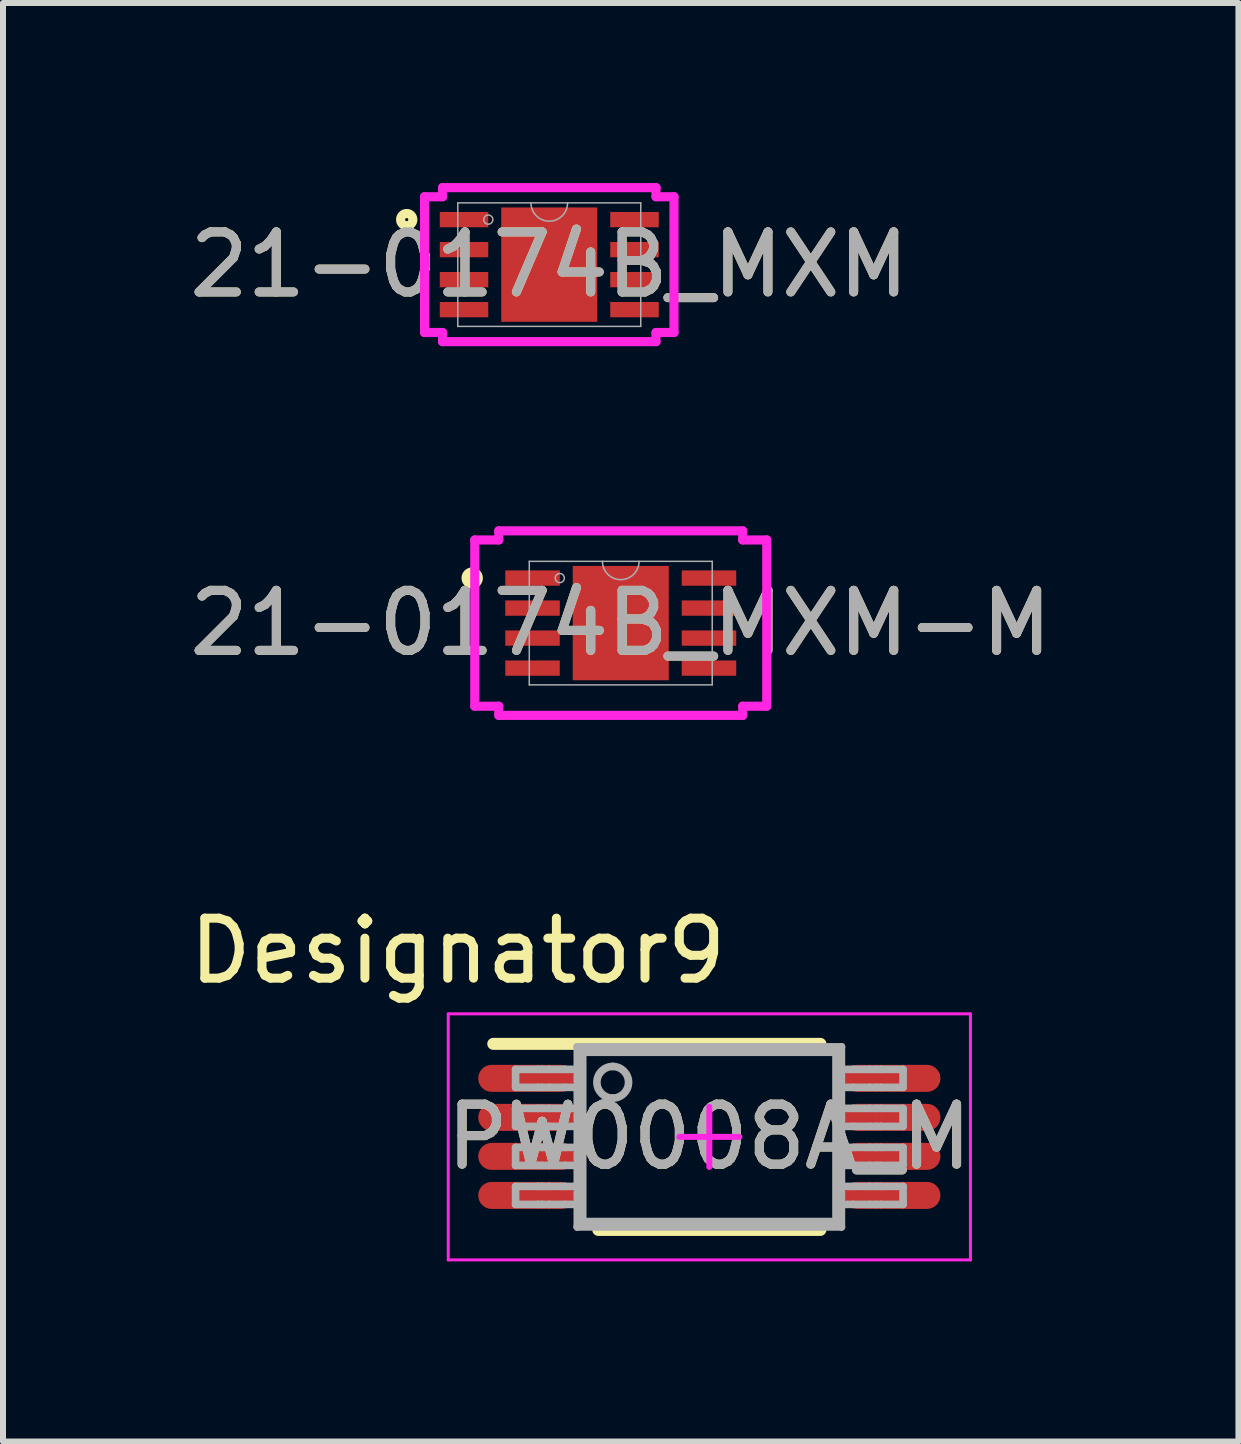
<source format=kicad_pcb>
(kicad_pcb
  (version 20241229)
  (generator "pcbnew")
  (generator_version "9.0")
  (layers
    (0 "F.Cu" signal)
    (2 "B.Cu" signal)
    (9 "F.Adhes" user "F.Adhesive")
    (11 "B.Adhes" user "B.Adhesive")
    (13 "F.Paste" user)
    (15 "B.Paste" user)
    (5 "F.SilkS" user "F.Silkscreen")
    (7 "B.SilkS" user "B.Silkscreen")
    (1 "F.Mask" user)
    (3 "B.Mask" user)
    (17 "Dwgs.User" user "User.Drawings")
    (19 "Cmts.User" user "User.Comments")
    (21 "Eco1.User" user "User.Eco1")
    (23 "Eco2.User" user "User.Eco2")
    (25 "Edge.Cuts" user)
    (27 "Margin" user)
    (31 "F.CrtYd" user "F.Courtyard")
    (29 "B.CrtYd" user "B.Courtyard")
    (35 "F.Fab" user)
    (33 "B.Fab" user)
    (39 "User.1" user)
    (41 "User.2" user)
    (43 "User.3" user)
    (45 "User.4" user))
  (footprint "21-0174B_MXM-M"
    (layer "F.Cu")
    (at 7.292 7.331)
    (property "Reference" "21-0174B_MXM-M" (at 0 0 0) (unlocked yes) (layer "F.SilkS") (effects (font (size 1 1) (thickness 0.15))))
    (attr smd)
    (fp_circle (center -2.475 -0.75) (end -2.373 -0.75) (stroke (width 0.152) (type solid)) (fill no) (layer "F.SilkS"))
    (fp_line (start -2.432 -1.385) (end -2.032 -1.385) (stroke (width 0.152) (type solid)) (layer "F.CrtYd"))
    (fp_line (start -2.432 1.385) (end -2.432 -1.385) (stroke (width 0.152) (type solid)) (layer "F.CrtYd"))
    (fp_line (start -2.432 1.385) (end -2.032 1.385) (stroke (width 0.152) (type solid)) (layer "F.CrtYd"))
    (fp_line (start -2.032 -1.537) (end 2.032 -1.537) (stroke (width 0.152) (type solid)) (layer "F.CrtYd"))
    (fp_line (start -2.032 -1.385) (end -2.032 -1.537) (stroke (width 0.152) (type solid)) (layer "F.CrtYd"))
    (fp_line (start -2.032 1.537) (end -2.032 1.385) (stroke (width 0.152) (type solid)) (layer "F.CrtYd"))
    (fp_line (start 2.032 -1.537) (end 2.032 -1.385) (stroke (width 0.152) (type solid)) (layer "F.CrtYd"))
    (fp_line (start 2.032 1.385) (end 2.032 1.537) (stroke (width 0.152) (type solid)) (layer "F.CrtYd"))
    (fp_line (start 2.032 1.537) (end -2.032 1.537) (stroke (width 0.152) (type solid)) (layer "F.CrtYd"))
    (fp_line (start 2.432 -1.385) (end 2.032 -1.385) (stroke (width 0.152) (type solid)) (layer "F.CrtYd"))
    (fp_line (start 2.432 -1.385) (end 2.432 1.385) (stroke (width 0.152) (type solid)) (layer "F.CrtYd"))
    (fp_line (start 2.432 1.385) (end 2.032 1.385) (stroke (width 0.152) (type solid)) (layer "F.CrtYd"))
    (fp_line (start -1.524 -1.029) (end -1.524 1.029) (stroke (width 0.025) (type solid)) (layer "F.Fab"))
    (fp_line (start -1.524 1.029) (end 1.524 1.029) (stroke (width 0.025) (type solid)) (layer "F.Fab"))
    (fp_line (start 1.524 -1.029) (end -1.524 -1.029) (stroke (width 0.025) (type solid)) (layer "F.Fab"))
    (fp_line (start 1.524 1.029) (end 1.524 -1.029) (stroke (width 0.025) (type solid)) (layer "F.Fab"))
    (fp_arc (start 0.3048 -1.0287) (mid 0 -0.7239) (end -0.3048 -1.0287) (stroke (width 0.0254) (type solid)) (layer "F.Fab"))
    (fp_circle (center -1.016 -0.75) (end -0.94 -0.75) (stroke (width 0.025) (type solid)) (fill no) (layer "F.Fab"))
    (fp_text user "${REFERENCE}" (at 0 0 0) (unlocked yes) (layer "F.Fab") (effects (font (size 1 1) (thickness 0.15))))
    (pad "1" smd rect (at -1.47 -0.75) (size 0.908 0.255) (layers "F.Cu" "F.Mask" "F.Paste"))
    (pad "2" smd rect (at -1.47 -0.25) (size 0.908 0.255) (layers "F.Cu" "F.Mask" "F.Paste"))
    (pad "3" smd rect (at -1.47 0.25) (size 0.908 0.255) (layers "F.Cu" "F.Mask" "F.Paste"))
    (pad "4" smd rect (at -1.47 0.75) (size 0.908 0.255) (layers "F.Cu" "F.Mask" "F.Paste"))
    (pad "5" smd rect (at 1.47 0.75) (size 0.908 0.255) (layers "F.Cu" "F.Mask" "F.Paste"))
    (pad "6" smd rect (at 1.47 0.25) (size 0.908 0.255) (layers "F.Cu" "F.Mask" "F.Paste"))
    (pad "7" smd rect (at 1.47 -0.25) (size 0.908 0.255) (layers "F.Cu" "F.Mask" "F.Paste"))
    (pad "8" smd rect (at 1.47 -0.75) (size 0.908 0.255) (layers "F.Cu" "F.Mask" "F.Paste"))
    (pad "9" smd rect (at 0 0) (size 1.6 1.905) (layers "F.Cu" "F.Mask" "F.Paste")))
  (footprint "21-0174B_MXM"
    (layer "F.Cu")
    (at 6.101 1.359)
    (property "Reference" "21-0174B_MXM" (at 0 0 0) (unlocked yes) (layer "F.SilkS") (effects (font (size 1 1) (thickness 0.15))))
    (attr smd)
    (fp_circle (center -2.375 -0.75) (end -2.273 -0.75) (stroke (width 0.152) (type solid)) (fill no) (layer "F.SilkS"))
    (fp_line (start -2.078 -1.131) (end -1.778 -1.131) (stroke (width 0.152) (type solid)) (layer "F.CrtYd"))
    (fp_line (start -2.078 1.131) (end -2.078 -1.131) (stroke (width 0.152) (type solid)) (layer "F.CrtYd"))
    (fp_line (start -2.078 1.131) (end -1.778 1.131) (stroke (width 0.152) (type solid)) (layer "F.CrtYd"))
    (fp_line (start -1.778 -1.283) (end 1.778 -1.283) (stroke (width 0.152) (type solid)) (layer "F.CrtYd"))
    (fp_line (start -1.778 -1.131) (end -1.778 -1.283) (stroke (width 0.152) (type solid)) (layer "F.CrtYd"))
    (fp_line (start -1.778 1.283) (end -1.778 1.131) (stroke (width 0.152) (type solid)) (layer "F.CrtYd"))
    (fp_line (start 1.778 -1.283) (end 1.778 -1.131) (stroke (width 0.152) (type solid)) (layer "F.CrtYd"))
    (fp_line (start 1.778 1.131) (end 1.778 1.283) (stroke (width 0.152) (type solid)) (layer "F.CrtYd"))
    (fp_line (start 1.778 1.283) (end -1.778 1.283) (stroke (width 0.152) (type solid)) (layer "F.CrtYd"))
    (fp_line (start 2.078 -1.131) (end 1.778 -1.131) (stroke (width 0.152) (type solid)) (layer "F.CrtYd"))
    (fp_line (start 2.078 -1.131) (end 2.078 1.131) (stroke (width 0.152) (type solid)) (layer "F.CrtYd"))
    (fp_line (start 2.078 1.131) (end 1.778 1.131) (stroke (width 0.152) (type solid)) (layer "F.CrtYd"))
    (fp_line (start -1.524 -1.029) (end -1.524 1.029) (stroke (width 0.025) (type solid)) (layer "F.Fab"))
    (fp_line (start -1.524 1.029) (end 1.524 1.029) (stroke (width 0.025) (type solid)) (layer "F.Fab"))
    (fp_line (start 1.524 -1.029) (end -1.524 -1.029) (stroke (width 0.025) (type solid)) (layer "F.Fab"))
    (fp_line (start 1.524 1.029) (end 1.524 -1.029) (stroke (width 0.025) (type solid)) (layer "F.Fab"))
    (fp_arc (start 0.3048 -1.0287) (mid 0 -0.7239) (end -0.3048 -1.0287) (stroke (width 0.0254) (type solid)) (layer "F.Fab"))
    (fp_circle (center -1.016 -0.75) (end -0.94 -0.75) (stroke (width 0.025) (type solid)) (fill no) (layer "F.Fab"))
    (fp_text user "${REFERENCE}" (at 0 0 0) (unlocked yes) (layer "F.Fab") (effects (font (size 1 1) (thickness 0.15))))
    (pad "1" smd rect (at -1.42 -0.75) (size 0.808 0.255) (layers "F.Cu" "F.Mask" "F.Paste"))
    (pad "2" smd rect (at -1.42 -0.25) (size 0.808 0.255) (layers "F.Cu" "F.Mask" "F.Paste"))
    (pad "3" smd rect (at -1.42 0.25) (size 0.808 0.255) (layers "F.Cu" "F.Mask" "F.Paste"))
    (pad "4" smd rect (at -1.42 0.75) (size 0.808 0.255) (layers "F.Cu" "F.Mask" "F.Paste"))
    (pad "5" smd rect (at 1.42 0.75) (size 0.808 0.255) (layers "F.Cu" "F.Mask" "F.Paste"))
    (pad "6" smd rect (at 1.42 0.25) (size 0.808 0.255) (layers "F.Cu" "F.Mask" "F.Paste"))
    (pad "7" smd rect (at 1.42 -0.25) (size 0.808 0.255) (layers "F.Cu" "F.Mask" "F.Paste"))
    (pad "8" smd rect (at 1.42 -0.75) (size 0.808 0.255) (layers "F.Cu" "F.Mask" "F.Paste"))
    (pad "9" smd rect (at 0 0) (size 1.6 1.905) (layers "F.Cu" "F.Mask" "F.Paste")))
  (footprint "PW0008A_M"
    (layer "F.Cu")
    (at 8.768 15.891)
    (property "Reference" "PW0008A_M" (at 0 0 0) (unlocked yes) (layer "F.SilkS") (effects (font (size 1 1) (thickness 0.15))))
    (attr smd)
    (fp_line (start -3.6 -1.55) (end 1.85 -1.55) (stroke (width 0.2) (type solid)) (layer "F.SilkS"))
    (fp_line (start -1.85 1.55) (end 1.85 1.55) (stroke (width 0.2) (type solid)) (layer "F.SilkS"))
    (fp_line (start -4.35 -2.05) (end 4.35 -2.05) (stroke (width 0.05) (type solid)) (layer "F.CrtYd"))
    (fp_line (start -4.35 2.05) (end -4.35 -2.05) (stroke (width 0.05) (type solid)) (layer "F.CrtYd"))
    (fp_line (start -4.35 2.05) (end 4.35 2.05) (stroke (width 0.05) (type solid)) (layer "F.CrtYd"))
    (fp_line (start -0.5 0) (end 0.5 0) (stroke (width 0.1) (type solid)) (layer "F.CrtYd"))
    (fp_line (start -0.000003 0.5) (end -0.000003 -0.5) (stroke (width 0.1) (type solid)) (layer "F.CrtYd"))
    (fp_line (start 4.35 2.05) (end 4.35 -2.05) (stroke (width 0.05) (type solid)) (layer "F.CrtYd"))
    (fp_line (start -3.228 -1.125) (end -2.856 -1.125) (stroke (width 0.127) (type solid)) (layer "F.Fab"))
    (fp_line (start -3.228 -0.825) (end -3.228 -1.125) (stroke (width 0.127) (type solid)) (layer "F.Fab"))
    (fp_line (start -3.228 -0.825) (end -2.856 -0.825) (stroke (width 0.127) (type solid)) (layer "F.Fab"))
    (fp_line (start -3.228 -0.475) (end -2.856 -0.475) (stroke (width 0.127) (type solid)) (layer "F.Fab"))
    (fp_line (start -3.228 -0.175) (end -3.228 -0.475) (stroke (width 0.127) (type solid)) (layer "F.Fab"))
    (fp_line (start -3.228 -0.175) (end -2.856 -0.175) (stroke (width 0.127) (type solid)) (layer "F.Fab"))
    (fp_line (start -3.228 0.175) (end -2.856 0.175) (stroke (width 0.127) (type solid)) (layer "F.Fab"))
    (fp_line (start -3.228 0.475) (end -3.228 0.175) (stroke (width 0.127) (type solid)) (layer "F.Fab"))
    (fp_line (start -3.228 0.475) (end -2.856 0.475) (stroke (width 0.127) (type solid)) (layer "F.Fab"))
    (fp_line (start -3.228 0.825) (end -2.856 0.825) (stroke (width 0.127) (type solid)) (layer "F.Fab"))
    (fp_line (start -3.228 1.125) (end -3.228 0.825) (stroke (width 0.127) (type solid)) (layer "F.Fab"))
    (fp_line (start -3.228 1.125) (end -2.856 1.125) (stroke (width 0.127) (type solid)) (layer "F.Fab"))
    (fp_line (start -2.856 -1.125) (end -2.785 -1.125) (stroke (width 0.127) (type solid)) (layer "F.Fab"))
    (fp_line (start -2.856 -0.825) (end -2.785 -0.825) (stroke (width 0.127) (type solid)) (layer "F.Fab"))
    (fp_line (start -2.856 -0.475) (end -2.785 -0.475) (stroke (width 0.127) (type solid)) (layer "F.Fab"))
    (fp_line (start -2.856 -0.175) (end -2.785 -0.175) (stroke (width 0.127) (type solid)) (layer "F.Fab"))
    (fp_line (start -2.856 0.175) (end -2.785 0.175) (stroke (width 0.127) (type solid)) (layer "F.Fab"))
    (fp_line (start -2.856 0.475) (end -2.785 0.475) (stroke (width 0.127) (type solid)) (layer "F.Fab"))
    (fp_line (start -2.856 0.825) (end -2.785 0.825) (stroke (width 0.127) (type solid)) (layer "F.Fab"))
    (fp_line (start -2.856 1.125) (end -2.785 1.125) (stroke (width 0.127) (type solid)) (layer "F.Fab"))
    (fp_line (start -2.785 -1.125) (end -2.669 -1.125) (stroke (width 0.127) (type solid)) (layer "F.Fab"))
    (fp_line (start -2.785 -0.825) (end -2.669 -0.825) (stroke (width 0.127) (type solid)) (layer "F.Fab"))
    (fp_line (start -2.785 -0.475) (end -2.669 -0.475) (stroke (width 0.127) (type solid)) (layer "F.Fab"))
    (fp_line (start -2.785 -0.175) (end -2.669 -0.175) (stroke (width 0.127) (type solid)) (layer "F.Fab"))
    (fp_line (start -2.785 0.175) (end -2.669 0.175) (stroke (width 0.127) (type solid)) (layer "F.Fab"))
    (fp_line (start -2.785 0.475) (end -2.669 0.475) (stroke (width 0.127) (type solid)) (layer "F.Fab"))
    (fp_line (start -2.785 0.825) (end -2.669 0.825) (stroke (width 0.127) (type solid)) (layer "F.Fab"))
    (fp_line (start -2.785 1.125) (end -2.669 1.125) (stroke (width 0.127) (type solid)) (layer "F.Fab"))
    (fp_line (start -2.669 -1.125) (end -2.4 -1.125) (stroke (width 0.127) (type solid)) (layer "F.Fab"))
    (fp_line (start -2.669 -0.825) (end -2.4 -0.825) (stroke (width 0.127) (type solid)) (layer "F.Fab"))
    (fp_line (start -2.669 -0.475) (end -2.4 -0.475) (stroke (width 0.127) (type solid)) (layer "F.Fab"))
    (fp_line (start -2.669 -0.175) (end -2.4 -0.175) (stroke (width 0.127) (type solid)) (layer "F.Fab"))
    (fp_line (start -2.669 0.175) (end -2.4 0.175) (stroke (width 0.127) (type solid)) (layer "F.Fab"))
    (fp_line (start -2.669 0.475) (end -2.4 0.475) (stroke (width 0.127) (type solid)) (layer "F.Fab"))
    (fp_line (start -2.669 0.825) (end -2.4 0.825) (stroke (width 0.127) (type solid)) (layer "F.Fab"))
    (fp_line (start -2.669 1.125) (end -2.4 1.125) (stroke (width 0.127) (type solid)) (layer "F.Fab"))
    (fp_line (start -2.4 -1.125) (end -2.2 -1.125) (stroke (width 0.127) (type solid)) (layer "F.Fab"))
    (fp_line (start -2.4 -0.825) (end -2.2 -0.825) (stroke (width 0.127) (type solid)) (layer "F.Fab"))
    (fp_line (start -2.4 -0.475) (end -2.2 -0.475) (stroke (width 0.127) (type solid)) (layer "F.Fab"))
    (fp_line (start -2.4 -0.175) (end -2.2 -0.175) (stroke (width 0.127) (type solid)) (layer "F.Fab"))
    (fp_line (start -2.4 0.175) (end -2.2 0.175) (stroke (width 0.127) (type solid)) (layer "F.Fab"))
    (fp_line (start -2.4 0.475) (end -2.2 0.475) (stroke (width 0.127) (type solid)) (layer "F.Fab"))
    (fp_line (start -2.4 0.825) (end -2.2 0.825) (stroke (width 0.127) (type solid)) (layer "F.Fab"))
    (fp_line (start -2.4 1.125) (end -2.2 1.125) (stroke (width 0.127) (type solid)) (layer "F.Fab"))
    (fp_line (start -2.2 -1.5) (end -2.11 -1.41) (stroke (width 0.127) (type solid)) (layer "F.Fab"))
    (fp_line (start -2.2 -1.5) (end 2.2 -1.5) (stroke (width 0.127) (type solid)) (layer "F.Fab"))
    (fp_line (start -2.2 -1.125) (end -2.2 -1.5) (stroke (width 0.127) (type solid)) (layer "F.Fab"))
    (fp_line (start -2.2 -0.825) (end -2.2 -1.125) (stroke (width 0.127) (type solid)) (layer "F.Fab"))
    (fp_line (start -2.2 -0.475) (end -2.2 -0.825) (stroke (width 0.127) (type solid)) (layer "F.Fab"))
    (fp_line (start -2.2 -0.175) (end -2.2 -0.475) (stroke (width 0.127) (type solid)) (layer "F.Fab"))
    (fp_line (start -2.2 0.175) (end -2.2 -0.175) (stroke (width 0.127) (type solid)) (layer "F.Fab"))
    (fp_line (start -2.2 0.475) (end -2.2 0.175) (stroke (width 0.127) (type solid)) (layer "F.Fab"))
    (fp_line (start -2.2 0.825) (end -2.2 0.475) (stroke (width 0.127) (type solid)) (layer "F.Fab"))
    (fp_line (start -2.2 1.125) (end -2.2 0.825) (stroke (width 0.127) (type solid)) (layer "F.Fab"))
    (fp_line (start -2.2 1.5) (end -2.2 1.125) (stroke (width 0.127) (type solid)) (layer "F.Fab"))
    (fp_line (start -2.2 1.5) (end -2.11 1.41) (stroke (width 0.127) (type solid)) (layer "F.Fab"))
    (fp_line (start -2.2 1.5) (end 2.2 1.5) (stroke (width 0.127) (type solid)) (layer "F.Fab"))
    (fp_line (start -2.11 -1.41) (end 2.11 -1.41) (stroke (width 0.127) (type solid)) (layer "F.Fab"))
    (fp_line (start -2.11 1.41) (end -2.11 -1.41) (stroke (width 0.127) (type solid)) (layer "F.Fab"))
    (fp_line (start -2.11 1.41) (end 2.11 1.41) (stroke (width 0.127) (type solid)) (layer "F.Fab"))
    (fp_line (start 2.11 -1.41) (end 2.2 -1.5) (stroke (width 0.127) (type solid)) (layer "F.Fab"))
    (fp_line (start 2.11 1.41) (end 2.11 -1.41) (stroke (width 0.127) (type solid)) (layer "F.Fab"))
    (fp_line (start 2.11 1.41) (end 2.2 1.5) (stroke (width 0.127) (type solid)) (layer "F.Fab"))
    (fp_line (start 2.2 -1.125) (end 2.2 -1.5) (stroke (width 0.127) (type solid)) (layer "F.Fab"))
    (fp_line (start 2.2 -1.125) (end 2.4 -1.125) (stroke (width 0.127) (type solid)) (layer "F.Fab"))
    (fp_line (start 2.2 -0.825) (end 2.2 -1.125) (stroke (width 0.127) (type solid)) (layer "F.Fab"))
    (fp_line (start 2.2 -0.825) (end 2.4 -0.825) (stroke (width 0.127) (type solid)) (layer "F.Fab"))
    (fp_line (start 2.2 -0.475) (end 2.2 -0.825) (stroke (width 0.127) (type solid)) (layer "F.Fab"))
    (fp_line (start 2.2 -0.475) (end 2.4 -0.475) (stroke (width 0.127) (type solid)) (layer "F.Fab"))
    (fp_line (start 2.2 -0.175) (end 2.2 -0.475) (stroke (width 0.127) (type solid)) (layer "F.Fab"))
    (fp_line (start 2.2 -0.175) (end 2.4 -0.175) (stroke (width 0.127) (type solid)) (layer "F.Fab"))
    (fp_line (start 2.2 0.175) (end 2.2 -0.175) (stroke (width 0.127) (type solid)) (layer "F.Fab"))
    (fp_line (start 2.2 0.175) (end 2.4 0.175) (stroke (width 0.127) (type solid)) (layer "F.Fab"))
    (fp_line (start 2.2 0.475) (end 2.2 0.175) (stroke (width 0.127) (type solid)) (layer "F.Fab"))
    (fp_line (start 2.2 0.475) (end 2.4 0.475) (stroke (width 0.127) (type solid)) (layer "F.Fab"))
    (fp_line (start 2.2 0.825) (end 2.2 0.475) (stroke (width 0.127) (type solid)) (layer "F.Fab"))
    (fp_line (start 2.2 0.825) (end 2.4 0.825) (stroke (width 0.127) (type solid)) (layer "F.Fab"))
    (fp_line (start 2.2 1.125) (end 2.2 0.825) (stroke (width 0.127) (type solid)) (layer "F.Fab"))
    (fp_line (start 2.2 1.125) (end 2.4 1.125) (stroke (width 0.127) (type solid)) (layer "F.Fab"))
    (fp_line (start 2.2 1.5) (end 2.2 1.125) (stroke (width 0.127) (type solid)) (layer "F.Fab"))
    (fp_line (start 2.4 -1.125) (end 2.669 -1.125) (stroke (width 0.127) (type solid)) (layer "F.Fab"))
    (fp_line (start 2.4 -0.825) (end 2.669 -0.825) (stroke (width 0.127) (type solid)) (layer "F.Fab"))
    (fp_line (start 2.4 -0.475) (end 2.669 -0.475) (stroke (width 0.127) (type solid)) (layer "F.Fab"))
    (fp_line (start 2.4 -0.175) (end 2.669 -0.175) (stroke (width 0.127) (type solid)) (layer "F.Fab"))
    (fp_line (start 2.4 0.175) (end 2.669 0.175) (stroke (width 0.127) (type solid)) (layer "F.Fab"))
    (fp_line (start 2.4 0.475) (end 2.669 0.475) (stroke (width 0.127) (type solid)) (layer "F.Fab"))
    (fp_line (start 2.4 0.825) (end 2.669 0.825) (stroke (width 0.127) (type solid)) (layer "F.Fab"))
    (fp_line (start 2.4 1.125) (end 2.669 1.125) (stroke (width 0.127) (type solid)) (layer "F.Fab"))
    (fp_line (start 2.669 -1.125) (end 2.785 -1.125) (stroke (width 0.127) (type solid)) (layer "F.Fab"))
    (fp_line (start 2.669 -0.825) (end 2.785 -0.825) (stroke (width 0.127) (type solid)) (layer "F.Fab"))
    (fp_line (start 2.669 -0.475) (end 2.785 -0.475) (stroke (width 0.127) (type solid)) (layer "F.Fab"))
    (fp_line (start 2.669 -0.175) (end 2.785 -0.175) (stroke (width 0.127) (type solid)) (layer "F.Fab"))
    (fp_line (start 2.669 0.175) (end 2.785 0.175) (stroke (width 0.127) (type solid)) (layer "F.Fab"))
    (fp_line (start 2.669 0.475) (end 2.785 0.475) (stroke (width 0.127) (type solid)) (layer "F.Fab"))
    (fp_line (start 2.669 0.825) (end 2.785 0.825) (stroke (width 0.127) (type solid)) (layer "F.Fab"))
    (fp_line (start 2.669 1.125) (end 2.785 1.125) (stroke (width 0.127) (type solid)) (layer "F.Fab"))
    (fp_line (start 2.785 -1.125) (end 2.856 -1.125) (stroke (width 0.127) (type solid)) (layer "F.Fab"))
    (fp_line (start 2.785 -0.825) (end 2.856 -0.825) (stroke (width 0.127) (type solid)) (layer "F.Fab"))
    (fp_line (start 2.785 -0.475) (end 2.856 -0.475) (stroke (width 0.127) (type solid)) (layer "F.Fab"))
    (fp_line (start 2.785 -0.175) (end 2.856 -0.175) (stroke (width 0.127) (type solid)) (layer "F.Fab"))
    (fp_line (start 2.785 0.175) (end 2.856 0.175) (stroke (width 0.127) (type solid)) (layer "F.Fab"))
    (fp_line (start 2.785 0.475) (end 2.856 0.475) (stroke (width 0.127) (type solid)) (layer "F.Fab"))
    (fp_line (start 2.785 0.825) (end 2.856 0.825) (stroke (width 0.127) (type solid)) (layer "F.Fab"))
    (fp_line (start 2.785 1.125) (end 2.856 1.125) (stroke (width 0.127) (type solid)) (layer "F.Fab"))
    (fp_line (start 2.856 -1.125) (end 3.228 -1.125) (stroke (width 0.127) (type solid)) (layer "F.Fab"))
    (fp_line (start 2.856 -0.825) (end 3.228 -0.825) (stroke (width 0.127) (type solid)) (layer "F.Fab"))
    (fp_line (start 2.856 -0.475) (end 3.228 -0.475) (stroke (width 0.127) (type solid)) (layer "F.Fab"))
    (fp_line (start 2.856 -0.175) (end 3.228 -0.175) (stroke (width 0.127) (type solid)) (layer "F.Fab"))
    (fp_line (start 2.856 0.175) (end 3.228 0.175) (stroke (width 0.127) (type solid)) (layer "F.Fab"))
    (fp_line (start 2.856 0.475) (end 3.228 0.475) (stroke (width 0.127) (type solid)) (layer "F.Fab"))
    (fp_line (start 2.856 0.825) (end 3.228 0.825) (stroke (width 0.127) (type solid)) (layer "F.Fab"))
    (fp_line (start 2.856 1.125) (end 3.228 1.125) (stroke (width 0.127) (type solid)) (layer "F.Fab"))
    (fp_line (start 3.228 -0.825) (end 3.228 -1.125) (stroke (width 0.127) (type solid)) (layer "F.Fab"))
    (fp_line (start 3.228 -0.175) (end 3.228 -0.475) (stroke (width 0.127) (type solid)) (layer "F.Fab"))
    (fp_line (start 3.228 0.475) (end 3.228 0.175) (stroke (width 0.127) (type solid)) (layer "F.Fab"))
    (fp_line (start 3.228 1.125) (end 3.228 0.825) (stroke (width 0.127) (type solid)) (layer "F.Fab"))
    (fp_arc (start -1.609654 -1.173203) (mid -1.346116 -0.909665) (end -1.609654 -0.646128) (stroke (width 0.127) (type solid)) (layer "F.Fab"))
    (fp_arc (start -1.609654 -0.646128) (mid -1.873192 -0.909665) (end -1.609654 -1.173203) (stroke (width 0.127) (type solid)) (layer "F.Fab"))
    (fp_text user "Designator9" (at -4.191 -3.099 0) (unlocked yes) (layer "F.SilkS") (effects (font (size 1 1) (thickness 0.15))))
    (fp_text user "${REFERENCE}" (at 0 0 0) (unlocked yes) (layer "F.Fab") (effects (font (size 1 1) (thickness 0.15))))
    (pad "1" smd oval (at -3.05 -0.975 90) (size 0.45 1.6) (layers "F.Cu" "F.Mask" "F.Paste"))
    (pad "2" smd oval (at -3.05 -0.325 90) (size 0.45 1.6) (layers "F.Cu" "F.Mask" "F.Paste"))
    (pad "3" smd oval (at -3.05 0.325 90) (size 0.45 1.6) (layers "F.Cu" "F.Mask" "F.Paste"))
    (pad "4" smd oval (at -3.05 0.975 90) (size 0.45 1.6) (layers "F.Cu" "F.Mask" "F.Paste"))
    (pad "5" smd oval (at 3.05 0.975 90) (size 0.45 1.6) (layers "F.Cu" "F.Mask" "F.Paste"))
    (pad "6" smd oval (at 3.05 0.325 90) (size 0.45 1.6) (layers "F.Cu" "F.Mask" "F.Paste"))
    (pad "7" smd oval (at 3.05 -0.325 90) (size 0.45 1.6) (layers "F.Cu" "F.Mask" "F.Paste"))
    (pad "8" smd oval (at 3.05 -0.975 90) (size 0.45 1.6) (layers "F.Cu" "F.Mask" "F.Paste")))
  (gr_rect
    (start -3 -3)
    (end 17.583 20.966)
    (stroke (width 0.1) (type default))
    (fill no)
    (layer "Edge.Cuts")))
</source>
